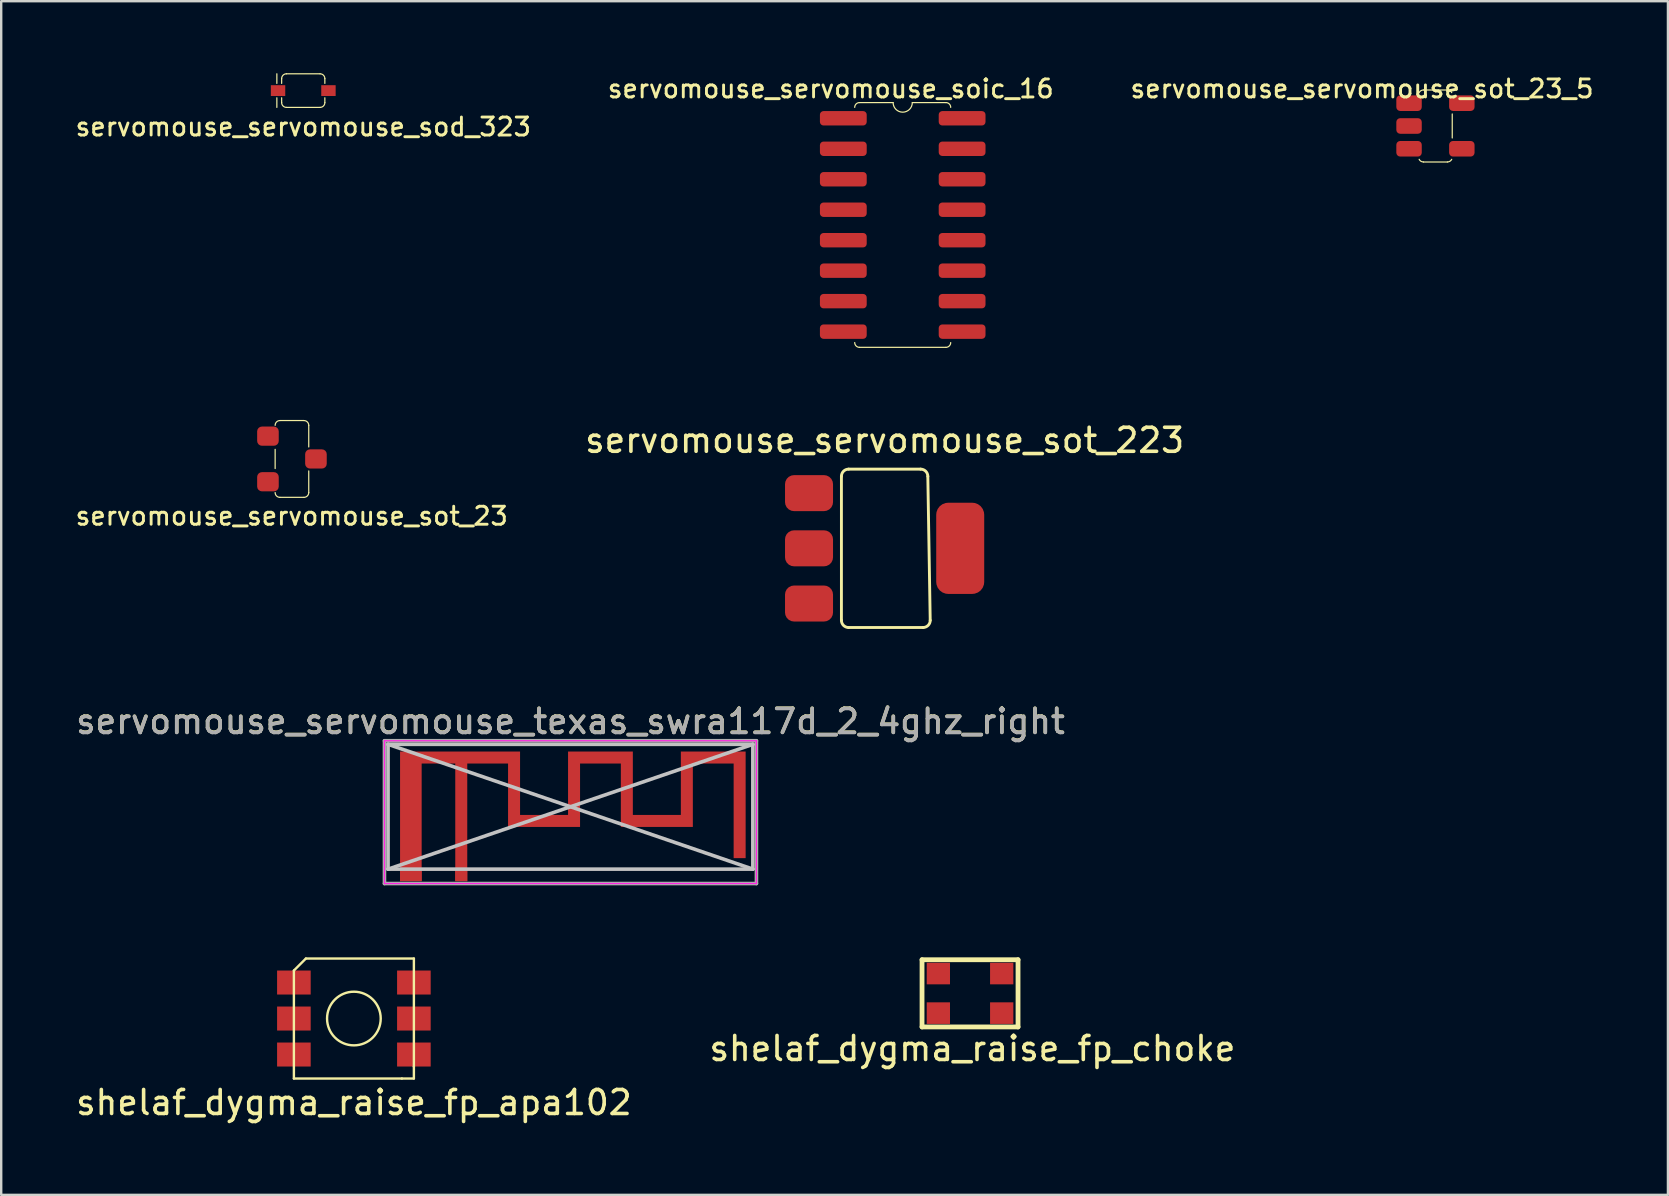
<source format=kicad_pcb>
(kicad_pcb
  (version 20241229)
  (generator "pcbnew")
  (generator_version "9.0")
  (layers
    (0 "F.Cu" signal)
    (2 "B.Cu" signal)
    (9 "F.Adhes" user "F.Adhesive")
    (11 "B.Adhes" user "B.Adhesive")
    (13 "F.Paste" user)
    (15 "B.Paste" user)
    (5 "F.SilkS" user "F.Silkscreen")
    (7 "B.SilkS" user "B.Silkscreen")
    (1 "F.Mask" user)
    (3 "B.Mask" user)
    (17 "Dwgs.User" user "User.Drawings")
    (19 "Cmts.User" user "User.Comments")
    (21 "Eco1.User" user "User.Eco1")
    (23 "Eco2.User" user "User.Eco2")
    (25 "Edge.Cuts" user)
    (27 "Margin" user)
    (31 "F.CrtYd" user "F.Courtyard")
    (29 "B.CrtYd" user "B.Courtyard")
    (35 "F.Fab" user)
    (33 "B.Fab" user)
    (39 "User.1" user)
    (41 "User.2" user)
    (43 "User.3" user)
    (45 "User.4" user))
  (footprint "servomouse_servomouse_sod_323"
    (layer "F.Cu")
    (at 9.586 0.725)
    (property "Reference" "servomouse_servomouse_sod_323" (at 0.001 1.51 0) (layer "F.SilkS") (effects (font (size 0.75 0.75) (thickness 0.12))))
    (attr smd)
    (fp_line (start -1.1 -0.3) (end -1.1 -0.7) (stroke (width 0.05) (type solid)) (layer "F.SilkS"))
    (fp_line (start -1.1 0.3) (end -1.1 0.7) (stroke (width 0.05) (type solid)) (layer "F.SilkS"))
    (fp_line (start -0.9 -0.5) (end -0.9 -0.3) (stroke (width 0.05) (type solid)) (layer "F.SilkS"))
    (fp_line (start -0.9 0.3) (end -0.9 0.5) (stroke (width 0.05) (type solid)) (layer "F.SilkS"))
    (fp_line (start -0.7 -0.7) (end 0.7 -0.7) (stroke (width 0.05) (type solid)) (layer "F.SilkS"))
    (fp_line (start -0.7 0.7) (end 0.7 0.7) (stroke (width 0.05) (type solid)) (layer "F.SilkS"))
    (fp_line (start 0.9 -0.5) (end 0.9 -0.3) (stroke (width 0.05) (type solid)) (layer "F.SilkS"))
    (fp_line (start 0.9 0.3) (end 0.9 0.5) (stroke (width 0.05) (type solid)) (layer "F.SilkS"))
    (fp_arc (start -0.9 -0.5) (mid -0.841421 -0.641421) (end -0.7 -0.7) (stroke (width 0.05) (type solid)) (layer "F.SilkS"))
    (fp_arc (start -0.7 0.7) (mid -0.841421 0.641421) (end -0.9 0.5) (stroke (width 0.05) (type solid)) (layer "F.SilkS"))
    (fp_arc (start 0.7 -0.7) (mid 0.841421 -0.641421) (end 0.9 -0.5) (stroke (width 0.05) (type solid)) (layer "F.SilkS"))
    (fp_arc (start 0.9 0.5) (mid 0.841421 0.641421) (end 0.7 0.7) (stroke (width 0.05) (type solid)) (layer "F.SilkS"))
    (pad "1" smd rect (at -1.05 0) (size 0.6 0.45) (layers "F.Cu" "F.Mask" "F.Paste"))
    (pad "2" smd rect (at 1.05 0) (size 0.6 0.45) (layers "F.Cu" "F.Mask" "F.Paste")))
  (footprint "servomouse_servomouse_sot_23"
    (layer "F.Cu")
    (at 9.115 16.074)
    (property "Reference" "servomouse_servomouse_sot_23" (at -0.01 2.379 180) (layer "F.SilkS") (effects (font (size 0.75 0.75) (thickness 0.12))))
    (attr smd)
    (fp_line (start -0.7 -0.4) (end -0.7 0.4) (stroke (width 0.05) (type solid)) (layer "F.SilkS"))
    (fp_line (start -0.5 1.6) (end 0.5 1.6) (stroke (width 0.05) (type solid)) (layer "F.SilkS"))
    (fp_line (start 0.5 -1.6) (end -0.5 -1.6) (stroke (width 0.05) (type solid)) (layer "F.SilkS"))
    (fp_line (start 0.7 -0.5) (end 0.7 -1.4) (stroke (width 0.05) (type solid)) (layer "F.SilkS"))
    (fp_line (start 0.7 1.4) (end 0.7 0.5) (stroke (width 0.05) (type solid)) (layer "F.SilkS"))
    (fp_arc (start -0.7 -1.4) (mid -0.641421 -1.541421) (end -0.5 -1.6) (stroke (width 0.05) (type solid)) (layer "F.SilkS"))
    (fp_arc (start -0.5 1.6) (mid -0.641421 1.541421) (end -0.7 1.4) (stroke (width 0.05) (type solid)) (layer "F.SilkS"))
    (fp_arc (start 0.5 -1.6) (mid 0.641421 -1.541421) (end 0.7 -1.4) (stroke (width 0.05) (type solid)) (layer "F.SilkS"))
    (fp_arc (start 0.7 1.4) (mid 0.641421 1.541421) (end 0.5 1.6) (stroke (width 0.05) (type solid)) (layer "F.SilkS"))
    (pad "1" smd roundrect (at -1 -0.95) (size 0.9 0.8) (layers "F.Cu" "F.Mask" "F.Paste") (roundrect_rratio 0.25))
    (pad "2" smd roundrect (at -1 0.95) (size 0.9 0.8) (layers "F.Cu" "F.Mask" "F.Paste") (roundrect_rratio 0.25))
    (pad "3" smd roundrect (at 1 0) (size 0.9 0.8) (layers "F.Cu" "F.Mask" "F.Paste") (roundrect_rratio 0.25)))
  (footprint "servomouse_servomouse_sot_223"
    (layer "F.Cu")
    (at 33.811 19.798)
    (property "Reference" "servomouse_servomouse_sot_223" (at 0 -4.5 0) (layer "F.SilkS") (effects (font (size 1 1) (thickness 0.15))))
    (attr smd)
    (fp_line (start -1.8 -3) (end -1.8 3) (stroke (width 0.12) (type solid)) (layer "F.SilkS"))
    (fp_line (start -1.5 3.3) (end 1.6 3.3) (stroke (width 0.12) (type solid)) (layer "F.SilkS"))
    (fp_line (start 1.5 -3.3) (end -1.5 -3.3) (stroke (width 0.12) (type solid)) (layer "F.SilkS"))
    (fp_line (start 1.9 3) (end 1.8 -3) (stroke (width 0.12) (type solid)) (layer "F.SilkS"))
    (fp_arc (start -1.8 -3) (mid -1.712132 -3.212132) (end -1.5 -3.3) (stroke (width 0.12) (type solid)) (layer "F.SilkS"))
    (fp_arc (start -1.5 3.3) (mid -1.712132 3.212132) (end -1.8 3) (stroke (width 0.12) (type solid)) (layer "F.SilkS"))
    (fp_arc (start 1.5 -3.3) (mid 1.712132 -3.212132) (end 1.8 -3) (stroke (width 0.12) (type solid)) (layer "F.SilkS"))
    (fp_arc (start 1.9 3) (mid 1.812132 3.212132) (end 1.6 3.3) (stroke (width 0.12) (type solid)) (layer "F.SilkS"))
    (pad "1" smd roundrect (at -3.15 -2.3) (size 2 1.5) (layers "F.Cu" "F.Mask" "F.Paste") (roundrect_rratio 0.25))
    (pad "2" smd roundrect (at -3.15 0) (size 2 1.5) (layers "F.Cu" "F.Mask" "F.Paste") (roundrect_rratio 0.25))
    (pad "2" smd roundrect (at 3.15 0) (size 2 3.8) (layers "F.Cu" "F.Mask" "F.Paste") (roundrect_rratio 0.25))
    (pad "3" smd roundrect (at -3.15 2.3) (size 2 1.5) (layers "F.Cu" "F.Mask" "F.Paste") (roundrect_rratio 0.25)))
  (footprint "servomouse_servomouse_soic_16"
    (layer "F.Cu")
    (at 34.565 6.324)
    (property "Reference" "servomouse_servomouse_soic_16" (at -3 -5.675 0) (layer "F.SilkS") (effects (font (size 0.75 0.75) (thickness 0.12))))
    (attr smd)
    (fp_line (start -1.8 5.1) (end 1.8 5.1) (stroke (width 0.05) (type solid)) (layer "F.SilkS"))
    (fp_line (start -0.4 -5.1) (end -1.8 -5.1) (stroke (width 0.05) (type solid)) (layer "F.SilkS"))
    (fp_line (start 1.8 -5.1) (end 0.4 -5.1) (stroke (width 0.05) (type solid)) (layer "F.SilkS"))
    (fp_arc (start -2 -4.9) (mid -1.941421 -5.041421) (end -1.8 -5.1) (stroke (width 0.05) (type solid)) (layer "F.SilkS"))
    (fp_arc (start -1.8 5.1) (mid -1.941421 5.041421) (end -2 4.9) (stroke (width 0.05) (type solid)) (layer "F.SilkS"))
    (fp_arc (start 0.4 -5.1) (mid 0 -4.7) (end -0.4 -5.1) (stroke (width 0.05) (type solid)) (layer "F.SilkS"))
    (fp_arc (start 1.8 -5.1) (mid 1.941421 -5.041421) (end 2 -4.9) (stroke (width 0.05) (type solid)) (layer "F.SilkS"))
    (fp_arc (start 2 4.9) (mid 1.941421 5.041421) (end 1.8 5.1) (stroke (width 0.05) (type solid)) (layer "F.SilkS"))
    (pad "1" smd roundrect (at -2.475 -4.445) (size 1.95 0.6) (layers "F.Cu" "F.Mask" "F.Paste") (roundrect_rratio 0.25))
    (pad "2" smd roundrect (at -2.475 -3.175) (size 1.95 0.6) (layers "F.Cu" "F.Mask" "F.Paste") (roundrect_rratio 0.25))
    (pad "3" smd roundrect (at -2.475 -1.905) (size 1.95 0.6) (layers "F.Cu" "F.Mask" "F.Paste") (roundrect_rratio 0.25))
    (pad "4" smd roundrect (at -2.475 -0.635) (size 1.95 0.6) (layers "F.Cu" "F.Mask" "F.Paste") (roundrect_rratio 0.25))
    (pad "5" smd roundrect (at -2.475 0.635) (size 1.95 0.6) (layers "F.Cu" "F.Mask" "F.Paste") (roundrect_rratio 0.25))
    (pad "6" smd roundrect (at -2.475 1.905) (size 1.95 0.6) (layers "F.Cu" "F.Mask" "F.Paste") (roundrect_rratio 0.25))
    (pad "7" smd roundrect (at -2.475 3.175) (size 1.95 0.6) (layers "F.Cu" "F.Mask" "F.Paste") (roundrect_rratio 0.25))
    (pad "8" smd roundrect (at -2.475 4.445) (size 1.95 0.6) (layers "F.Cu" "F.Mask" "F.Paste") (roundrect_rratio 0.25))
    (pad "9" smd roundrect (at 2.475 4.445) (size 1.95 0.6) (layers "F.Cu" "F.Mask" "F.Paste") (roundrect_rratio 0.25))
    (pad "10" smd roundrect (at 2.475 3.175) (size 1.95 0.6) (layers "F.Cu" "F.Mask" "F.Paste") (roundrect_rratio 0.25))
    (pad "11" smd roundrect (at 2.475 1.905) (size 1.95 0.6) (layers "F.Cu" "F.Mask" "F.Paste") (roundrect_rratio 0.25))
    (pad "12" smd roundrect (at 2.475 0.635) (size 1.95 0.6) (layers "F.Cu" "F.Mask" "F.Paste") (roundrect_rratio 0.25))
    (pad "13" smd roundrect (at 2.475 -0.635) (size 1.95 0.6) (layers "F.Cu" "F.Mask" "F.Paste") (roundrect_rratio 0.25))
    (pad "14" smd roundrect (at 2.475 -1.905) (size 1.95 0.6) (layers "F.Cu" "F.Mask" "F.Paste") (roundrect_rratio 0.25))
    (pad "15" smd roundrect (at 2.475 -3.175) (size 1.95 0.6) (layers "F.Cu" "F.Mask" "F.Paste") (roundrect_rratio 0.25))
    (pad "16" smd roundrect (at 2.475 -4.445) (size 1.95 0.6) (layers "F.Cu" "F.Mask" "F.Paste") (roundrect_rratio 0.25)))
  (footprint "servomouse_servomouse_texas_swra117d_2_4ghz_right"
    (layer "F.Cu")
    (at 16.17 33.416)
    (property "Reference" "servomouse_servomouse_texas_swra117d_2_4ghz_right" (at 4.55 -6.41 180) (layer "F.SilkS") (effects (font (size 1 1) (thickness 0.15))))
    (attr exclude_from_pos_files)
    (fp_poly (pts (xy 2.45 -2.51) (xy 4.45 -2.51) (xy 4.45 -5.15) (xy 7.15 -5.15) (xy 7.15 -2.51) (xy 9.15 -2.51) (xy 9.15 -5.15) (xy 11.85 -5.15) (xy 11.85 -0.71) (xy 11.35 -0.71) (xy 11.35 -4.65) (xy 9.65 -4.65) (xy 9.65 -2.01) (xy 6.65 -2.01) (xy 6.65 -4.65) (xy 4.95 -4.65) (xy 4.95 -2.01) (xy 1.95 -2.01) (xy 1.95 -4.65) (xy 0.25 -4.65) (xy 0.25 0.25) (xy -0.25 0.25) (xy -0.25 -4.65) (xy -1.65 -4.65) (xy -1.65 0.25) (xy -2.55 0.25) (xy -2.55 0.007) (xy -2.248 0.007) (xy -2.238 0.054) (xy -2.214 0.097) (xy -2.176 0.13) (xy -2.168 0.134) (xy -2.125 0.146) (xy -2.077 0.145) (xy -2.031 0.132) (xy -2.013 0.122) (xy -1.979 0.087) (xy -1.958 0.041) (xy -1.952 -0.008) (xy -1.96 -0.056) (xy -1.977 -0.089) (xy -2.012 -0.121) (xy -2.058 -0.141) (xy -2.107 -0.148) (xy -2.155 -0.14) (xy -2.188 -0.123) (xy -2.223 -0.086) (xy -2.243 -0.042) (xy -2.248 0.007) (xy -2.55 0.007) (xy -2.55 -5.15) (xy 2.45 -5.15) (xy 2.45 -2.51)) (stroke (width 0) (type solid)) (fill yes) (layer "F.Cu"))
    (fp_line (start -3.05 -5.45) (end 12.15 -5.45) (stroke (width 0.15) (type solid)) (layer "Dwgs.User"))
    (fp_line (start -3.05 -5.45) (end 12.15 -0.25) (stroke (width 0.15) (type solid)) (layer "Dwgs.User"))
    (fp_line (start -3.05 -0.25) (end -3.05 -5.45) (stroke (width 0.15) (type solid)) (layer "Dwgs.User"))
    (fp_line (start -3.05 -0.25) (end 12.15 -5.45) (stroke (width 0.15) (type solid)) (layer "Dwgs.User"))
    (fp_line (start -3.05 -0.25) (end 12.15 -0.25) (stroke (width 0.15) (type solid)) (layer "Dwgs.User"))
    (fp_line (start 12.15 -0.25) (end 12.15 -5.45) (stroke (width 0.15) (type solid)) (layer "Dwgs.User"))
    (fp_line (start -3.2 -5.6) (end 12.3 -5.6) (stroke (width 0.05) (type solid)) (layer "F.CrtYd"))
    (fp_line (start -3.2 0.35) (end -3.2 -5.6) (stroke (width 0.05) (type solid)) (layer "F.CrtYd"))
    (fp_line (start 12.3 -5.6) (end 12.3 0.35) (stroke (width 0.05) (type solid)) (layer "F.CrtYd"))
    (fp_line (start 12.3 0.35) (end -3.2 0.35) (stroke (width 0.05) (type solid)) (layer "F.CrtYd"))
    (fp_line (start -3.2 -5.6) (end 12.3 -5.6) (stroke (width 0.15) (type solid)) (layer "F.Fab"))
    (fp_line (start -3.2 0.35) (end -3.2 -5.6) (stroke (width 0.15) (type solid)) (layer "F.Fab"))
    (fp_line (start 12.3 -5.6) (end 12.3 0.35) (stroke (width 0.15) (type solid)) (layer "F.Fab"))
    (fp_line (start 12.3 0.35) (end -3.2 0.35) (stroke (width 0.15) (type solid)) (layer "F.Fab"))
    (fp_text user "${REFERENCE}" (at 4.55 -6.4 180) (layer "F.Fab") (effects (font (size 1 1) (thickness 0.15))))
    (pad "1" connect rect (at 0 0) (size 0.5 0.5) (layers "F.Cu"))
    (pad "2" smd rect (at -2.1 0) (size 0.9 0.5) (layers "F.Cu" "F.Mask")))
  (footprint "shelaf_dygma_raise_fp_apa102"
    (layer "F.Cu")
    (at 11.696 39.391)
    (property "Reference" "shelaf_dygma_raise_fp_apa102" (at 0 3.5 0) (layer "F.SilkS") (effects (font (size 1 1) (thickness 0.15))))
    (attr through_hole)
    (fp_line (start -2.5 2.5) (end -2.5 -2) (stroke (width 0.1) (type solid)) (layer "F.SilkS"))
    (fp_line (start -2 -2.5) (end -2.5 -2) (stroke (width 0.1) (type solid)) (layer "F.SilkS"))
    (fp_line (start -2 -2.5) (end 2.5 -2.5) (stroke (width 0.1) (type solid)) (layer "F.SilkS"))
    (fp_line (start 2 2.5) (end -2.5 2.5) (stroke (width 0.1) (type solid)) (layer "F.SilkS"))
    (fp_line (start 2.5 -2.5) (end 2.5 2) (stroke (width 0.1) (type solid)) (layer "F.SilkS"))
    (fp_line (start 2.5 2) (end 2.5 2.5) (stroke (width 0.1) (type solid)) (layer "F.SilkS"))
    (fp_line (start 2.5 2.5) (end 2 2.5) (stroke (width 0.1) (type solid)) (layer "F.SilkS"))
    (fp_circle (center 0 0) (end 0.5 1) (stroke (width 0.1) (type solid)) (fill no) (layer "F.SilkS"))
    (pad "1" smd rect (at -2.5 -1.5 90) (size 1 1.4) (layers "F.Cu" "F.Mask" "F.Paste"))
    (pad "2" smd rect (at -2.5 0 90) (size 1 1.4) (layers "F.Cu" "F.Mask" "F.Paste"))
    (pad "3" smd rect (at -2.5 1.5 90) (size 1 1.4) (layers "F.Cu" "F.Mask" "F.Paste"))
    (pad "4" smd rect (at 2.5 1.5 90) (size 1 1.4) (layers "F.Cu" "F.Mask" "F.Paste"))
    (pad "5" smd rect (at 2.5 0 90) (size 1 1.4) (layers "F.Cu" "F.Mask" "F.Paste"))
    (pad "6" smd rect (at 2.5 -1.5 90) (size 1 1.4) (layers "F.Cu" "F.Mask" "F.Paste")))
  (footprint "servomouse_servomouse_sot_23_5"
    (layer "F.Cu")
    (at 56.763 2.199)
    (property "Reference" "servomouse_servomouse_sot_23_5" (at -3.06 -1.55 0) (layer "F.SilkS") (effects (font (size 0.75 0.75) (thickness 0.12))))
    (attr smd)
    (fp_line (start -0.5 -1.5) (end 0.5 -1.5) (stroke (width 0.05) (type solid)) (layer "F.SilkS"))
    (fp_line (start 0.5 1.5) (end -0.5 1.5) (stroke (width 0.05) (type solid)) (layer "F.SilkS"))
    (fp_line (start 0.7 -0.5) (end 0.7 0.5) (stroke (width 0.05) (type solid)) (layer "F.SilkS"))
    (fp_arc (start -0.678885 -1.389443) (mid -0.605033 -1.469947) (end -0.5 -1.5) (stroke (width 0.05) (type solid)) (layer "F.SilkS"))
    (fp_arc (start -0.5 1.5) (mid -0.605372 1.470496) (end -0.678885 1.389443) (stroke (width 0.05) (type solid)) (layer "F.SilkS"))
    (fp_arc (start 0.5 -1.5) (mid 0.605146 -1.47013) (end 0.678885 -1.389443) (stroke (width 0.05) (type solid)) (layer "F.SilkS"))
    (fp_arc (start 0.678885 1.389443) (mid 0.605033 1.469947) (end 0.5 1.5) (stroke (width 0.05) (type solid)) (layer "F.SilkS"))
    (pad "1" smd roundrect (at -1.1 -0.95) (size 1.06 0.65) (layers "F.Cu" "F.Mask" "F.Paste") (roundrect_rratio 0.25))
    (pad "2" smd roundrect (at -1.1 0) (size 1.06 0.65) (layers "F.Cu" "F.Mask" "F.Paste") (roundrect_rratio 0.25))
    (pad "3" smd roundrect (at -1.1 0.95) (size 1.06 0.65) (layers "F.Cu" "F.Mask" "F.Paste") (roundrect_rratio 0.25))
    (pad "4" smd roundrect (at 1.1 0.95) (size 1.06 0.65) (layers "F.Cu" "F.Mask" "F.Paste") (roundrect_rratio 0.25))
    (pad "5" smd roundrect (at 1.1 -0.95) (size 1.06 0.65) (layers "F.Cu" "F.Mask" "F.Paste") (roundrect_rratio 0.25)))
  (footprint "shelaf_dygma_raise_fp_choke"
    (layer "F.Cu")
    (at 37.37 38.341)
    (property "Reference" "shelaf_dygma_raise_fp_choke" (at 0.1 2.3 0) (layer "F.SilkS") (effects (font (size 1 1) (thickness 0.15))))
    (attr through_hole)
    (fp_line (start -2 -1.4) (end 2 -1.4) (stroke (width 0.2) (type solid)) (layer "F.SilkS"))
    (fp_line (start -2 1.4) (end -2 -1.4) (stroke (width 0.2) (type solid)) (layer "F.SilkS"))
    (fp_line (start 2 -1.4) (end 2 1.4) (stroke (width 0.2) (type solid)) (layer "F.SilkS"))
    (fp_line (start 2 1.4) (end -2 1.4) (stroke (width 0.2) (type solid)) (layer "F.SilkS"))
    (pad "1" smd rect (at -1.32 -0.825) (size 0.97 0.9) (layers "F.Cu" "F.Mask" "F.Paste"))
    (pad "2" smd rect (at 1.32 -0.825) (size 0.97 0.9) (layers "F.Cu" "F.Mask" "F.Paste"))
    (pad "3" smd rect (at -1.32 0.825) (size 0.97 0.9) (layers "F.Cu" "F.Mask" "F.Paste"))
    (pad "4" smd rect (at 1.32 0.825) (size 0.97 0.9) (layers "F.Cu" "F.Mask" "F.Paste")))
  (gr_rect
    (start -3 -3)
    (end 66.451 46.739)
    (stroke (width 0.1) (type default))
    (fill no)
    (layer "Edge.Cuts")))
</source>
